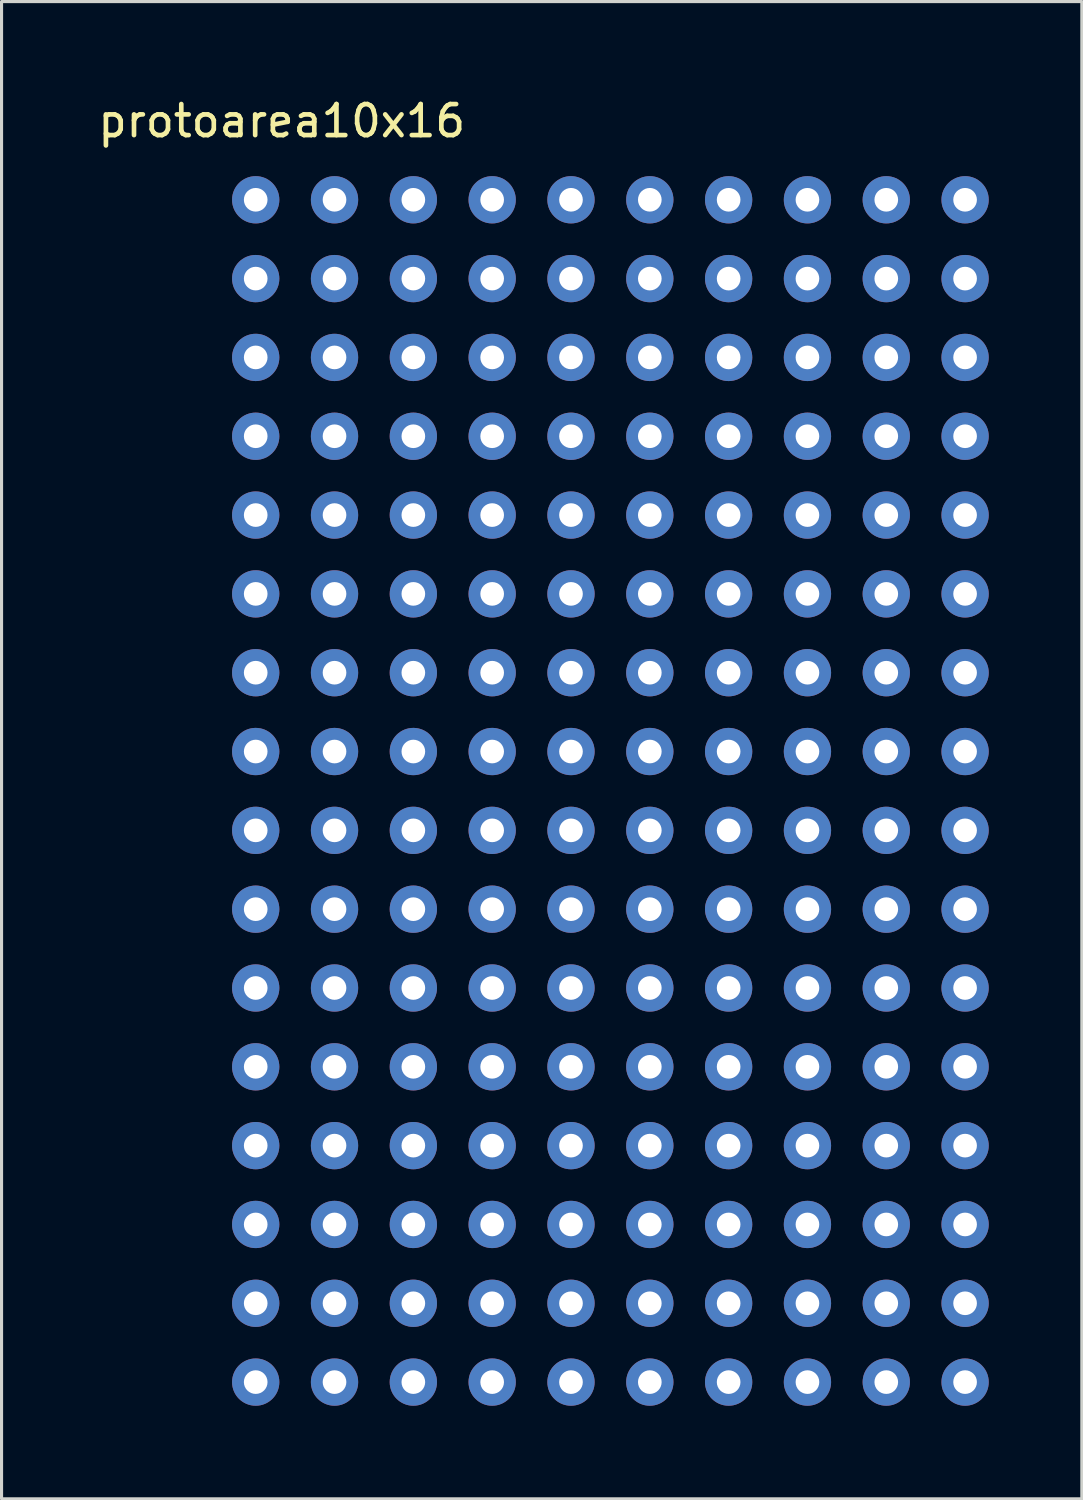
<source format=kicad_pcb>
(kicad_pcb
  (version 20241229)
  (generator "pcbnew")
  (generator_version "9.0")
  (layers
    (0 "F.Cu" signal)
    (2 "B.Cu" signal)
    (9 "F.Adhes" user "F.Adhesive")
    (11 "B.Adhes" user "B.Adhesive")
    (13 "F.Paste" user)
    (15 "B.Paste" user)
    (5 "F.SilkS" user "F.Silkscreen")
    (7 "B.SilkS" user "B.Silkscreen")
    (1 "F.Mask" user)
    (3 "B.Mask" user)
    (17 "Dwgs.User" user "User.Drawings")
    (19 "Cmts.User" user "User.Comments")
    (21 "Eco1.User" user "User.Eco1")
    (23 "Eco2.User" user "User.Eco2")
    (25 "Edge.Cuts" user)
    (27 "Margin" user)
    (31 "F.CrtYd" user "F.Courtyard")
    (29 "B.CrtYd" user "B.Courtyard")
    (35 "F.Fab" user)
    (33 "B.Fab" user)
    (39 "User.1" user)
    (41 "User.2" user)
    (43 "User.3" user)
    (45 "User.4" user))
  (footprint "protoarea10x16"
    (layer "F.Cu")
    (at 17.03 22.848)
    (property "Reference" "protoarea10x16" (at -11 -22 0) (layer "F.SilkS") (effects (font (size 1 1) (thickness 0.15))))
    (attr through_hole)
    (pad "1" thru_hole circle (at -11.84 -19.46) (size 1.524 1.524) (drill 0.762) (layers "*.Cu" "*.Mask"))
    (pad "1" thru_hole circle (at -11.84 -16.92) (size 1.524 1.524) (drill 0.762) (layers "*.Cu" "*.Mask"))
    (pad "1" thru_hole circle (at -11.84 -14.38) (size 1.524 1.524) (drill 0.762) (layers "*.Cu" "*.Mask"))
    (pad "1" thru_hole circle (at -11.84 -11.84) (size 1.524 1.524) (drill 0.762) (layers "*.Cu" "*.Mask"))
    (pad "1" thru_hole circle (at -11.84 -9.3) (size 1.524 1.524) (drill 0.762) (layers "*.Cu" "*.Mask"))
    (pad "1" thru_hole circle (at -11.84 -6.76) (size 1.524 1.524) (drill 0.762) (layers "*.Cu" "*.Mask"))
    (pad "1" thru_hole circle (at -11.84 -4.22) (size 1.524 1.524) (drill 0.762) (layers "*.Cu" "*.Mask"))
    (pad "1" thru_hole circle (at -11.84 -1.68) (size 1.524 1.524) (drill 0.762) (layers "*.Cu" "*.Mask"))
    (pad "1" thru_hole circle (at -11.84 0.86) (size 1.524 1.524) (drill 0.762) (layers "*.Cu" "*.Mask"))
    (pad "1" thru_hole circle (at -11.84 3.4) (size 1.524 1.524) (drill 0.762) (layers "*.Cu" "*.Mask"))
    (pad "1" thru_hole circle (at -11.84 5.94) (size 1.524 1.524) (drill 0.762) (layers "*.Cu" "*.Mask"))
    (pad "1" thru_hole circle (at -11.84 8.48) (size 1.524 1.524) (drill 0.762) (layers "*.Cu" "*.Mask"))
    (pad "1" thru_hole circle (at -11.84 11.02) (size 1.524 1.524) (drill 0.762) (layers "*.Cu" "*.Mask"))
    (pad "1" thru_hole circle (at -11.84 13.56) (size 1.524 1.524) (drill 0.762) (layers "*.Cu" "*.Mask"))
    (pad "1" thru_hole circle (at -11.84 16.1) (size 1.524 1.524) (drill 0.762) (layers "*.Cu" "*.Mask"))
    (pad "1" thru_hole circle (at -11.84 18.64) (size 1.524 1.524) (drill 0.762) (layers "*.Cu" "*.Mask"))
    (pad "1" thru_hole circle (at -9.3 -19.46) (size 1.524 1.524) (drill 0.762) (layers "*.Cu" "*.Mask"))
    (pad "1" thru_hole circle (at -9.3 -16.92) (size 1.524 1.524) (drill 0.762) (layers "*.Cu" "*.Mask"))
    (pad "1" thru_hole circle (at -9.3 -14.38) (size 1.524 1.524) (drill 0.762) (layers "*.Cu" "*.Mask"))
    (pad "1" thru_hole circle (at -9.3 -11.84) (size 1.524 1.524) (drill 0.762) (layers "*.Cu" "*.Mask"))
    (pad "1" thru_hole circle (at -9.3 -9.3) (size 1.524 1.524) (drill 0.762) (layers "*.Cu" "*.Mask"))
    (pad "1" thru_hole circle (at -9.3 -6.76) (size 1.524 1.524) (drill 0.762) (layers "*.Cu" "*.Mask"))
    (pad "1" thru_hole circle (at -9.3 -4.22) (size 1.524 1.524) (drill 0.762) (layers "*.Cu" "*.Mask"))
    (pad "1" thru_hole circle (at -9.3 -1.68) (size 1.524 1.524) (drill 0.762) (layers "*.Cu" "*.Mask"))
    (pad "1" thru_hole circle (at -9.3 0.86) (size 1.524 1.524) (drill 0.762) (layers "*.Cu" "*.Mask"))
    (pad "1" thru_hole circle (at -9.3 3.4) (size 1.524 1.524) (drill 0.762) (layers "*.Cu" "*.Mask"))
    (pad "1" thru_hole circle (at -9.3 5.94) (size 1.524 1.524) (drill 0.762) (layers "*.Cu" "*.Mask"))
    (pad "1" thru_hole circle (at -9.3 8.48) (size 1.524 1.524) (drill 0.762) (layers "*.Cu" "*.Mask"))
    (pad "1" thru_hole circle (at -9.3 11.02) (size 1.524 1.524) (drill 0.762) (layers "*.Cu" "*.Mask"))
    (pad "1" thru_hole circle (at -9.3 13.56) (size 1.524 1.524) (drill 0.762) (layers "*.Cu" "*.Mask"))
    (pad "1" thru_hole circle (at -9.3 16.1) (size 1.524 1.524) (drill 0.762) (layers "*.Cu" "*.Mask"))
    (pad "1" thru_hole circle (at -9.3 18.64) (size 1.524 1.524) (drill 0.762) (layers "*.Cu" "*.Mask"))
    (pad "1" thru_hole circle (at -6.76 -19.46) (size 1.524 1.524) (drill 0.762) (layers "*.Cu" "*.Mask"))
    (pad "1" thru_hole circle (at -6.76 -16.92) (size 1.524 1.524) (drill 0.762) (layers "*.Cu" "*.Mask"))
    (pad "1" thru_hole circle (at -6.76 -14.38) (size 1.524 1.524) (drill 0.762) (layers "*.Cu" "*.Mask"))
    (pad "1" thru_hole circle (at -6.76 -11.84) (size 1.524 1.524) (drill 0.762) (layers "*.Cu" "*.Mask"))
    (pad "1" thru_hole circle (at -6.76 -9.3) (size 1.524 1.524) (drill 0.762) (layers "*.Cu" "*.Mask"))
    (pad "1" thru_hole circle (at -6.76 -6.76) (size 1.524 1.524) (drill 0.762) (layers "*.Cu" "*.Mask"))
    (pad "1" thru_hole circle (at -6.76 -4.22) (size 1.524 1.524) (drill 0.762) (layers "*.Cu" "*.Mask"))
    (pad "1" thru_hole circle (at -6.76 -1.68) (size 1.524 1.524) (drill 0.762) (layers "*.Cu" "*.Mask"))
    (pad "1" thru_hole circle (at -6.76 0.86) (size 1.524 1.524) (drill 0.762) (layers "*.Cu" "*.Mask"))
    (pad "1" thru_hole circle (at -6.76 3.4) (size 1.524 1.524) (drill 0.762) (layers "*.Cu" "*.Mask"))
    (pad "1" thru_hole circle (at -6.76 5.94) (size 1.524 1.524) (drill 0.762) (layers "*.Cu" "*.Mask"))
    (pad "1" thru_hole circle (at -6.76 8.48) (size 1.524 1.524) (drill 0.762) (layers "*.Cu" "*.Mask"))
    (pad "1" thru_hole circle (at -6.76 11.02) (size 1.524 1.524) (drill 0.762) (layers "*.Cu" "*.Mask"))
    (pad "1" thru_hole circle (at -6.76 13.56) (size 1.524 1.524) (drill 0.762) (layers "*.Cu" "*.Mask"))
    (pad "1" thru_hole circle (at -6.76 16.1) (size 1.524 1.524) (drill 0.762) (layers "*.Cu" "*.Mask"))
    (pad "1" thru_hole circle (at -6.76 18.64) (size 1.524 1.524) (drill 0.762) (layers "*.Cu" "*.Mask"))
    (pad "1" thru_hole circle (at -4.22 -19.46) (size 1.524 1.524) (drill 0.762) (layers "*.Cu" "*.Mask"))
    (pad "1" thru_hole circle (at -4.22 -16.92) (size 1.524 1.524) (drill 0.762) (layers "*.Cu" "*.Mask"))
    (pad "1" thru_hole circle (at -4.22 -14.38) (size 1.524 1.524) (drill 0.762) (layers "*.Cu" "*.Mask"))
    (pad "1" thru_hole circle (at -4.22 -11.84) (size 1.524 1.524) (drill 0.762) (layers "*.Cu" "*.Mask"))
    (pad "1" thru_hole circle (at -4.22 -9.3) (size 1.524 1.524) (drill 0.762) (layers "*.Cu" "*.Mask"))
    (pad "1" thru_hole circle (at -4.22 -6.76) (size 1.524 1.524) (drill 0.762) (layers "*.Cu" "*.Mask"))
    (pad "1" thru_hole circle (at -4.22 -4.22) (size 1.524 1.524) (drill 0.762) (layers "*.Cu" "*.Mask"))
    (pad "1" thru_hole circle (at -4.22 -1.68) (size 1.524 1.524) (drill 0.762) (layers "*.Cu" "*.Mask"))
    (pad "1" thru_hole circle (at -4.22 0.86) (size 1.524 1.524) (drill 0.762) (layers "*.Cu" "*.Mask"))
    (pad "1" thru_hole circle (at -4.22 3.4) (size 1.524 1.524) (drill 0.762) (layers "*.Cu" "*.Mask"))
    (pad "1" thru_hole circle (at -4.22 5.94) (size 1.524 1.524) (drill 0.762) (layers "*.Cu" "*.Mask"))
    (pad "1" thru_hole circle (at -4.22 8.48) (size 1.524 1.524) (drill 0.762) (layers "*.Cu" "*.Mask"))
    (pad "1" thru_hole circle (at -4.22 11.02) (size 1.524 1.524) (drill 0.762) (layers "*.Cu" "*.Mask"))
    (pad "1" thru_hole circle (at -4.22 13.56) (size 1.524 1.524) (drill 0.762) (layers "*.Cu" "*.Mask"))
    (pad "1" thru_hole circle (at -4.22 16.1) (size 1.524 1.524) (drill 0.762) (layers "*.Cu" "*.Mask"))
    (pad "1" thru_hole circle (at -4.22 18.64) (size 1.524 1.524) (drill 0.762) (layers "*.Cu" "*.Mask"))
    (pad "1" thru_hole circle (at -1.68 -19.46) (size 1.524 1.524) (drill 0.762) (layers "*.Cu" "*.Mask"))
    (pad "1" thru_hole circle (at -1.68 -16.92) (size 1.524 1.524) (drill 0.762) (layers "*.Cu" "*.Mask"))
    (pad "1" thru_hole circle (at -1.68 -14.38) (size 1.524 1.524) (drill 0.762) (layers "*.Cu" "*.Mask"))
    (pad "1" thru_hole circle (at -1.68 -11.84) (size 1.524 1.524) (drill 0.762) (layers "*.Cu" "*.Mask"))
    (pad "1" thru_hole circle (at -1.68 -9.3) (size 1.524 1.524) (drill 0.762) (layers "*.Cu" "*.Mask"))
    (pad "1" thru_hole circle (at -1.68 -6.76) (size 1.524 1.524) (drill 0.762) (layers "*.Cu" "*.Mask"))
    (pad "1" thru_hole circle (at -1.68 -4.22) (size 1.524 1.524) (drill 0.762) (layers "*.Cu" "*.Mask"))
    (pad "1" thru_hole circle (at -1.68 -1.68) (size 1.524 1.524) (drill 0.762) (layers "*.Cu" "*.Mask"))
    (pad "1" thru_hole circle (at -1.68 0.86) (size 1.524 1.524) (drill 0.762) (layers "*.Cu" "*.Mask"))
    (pad "1" thru_hole circle (at -1.68 3.4) (size 1.524 1.524) (drill 0.762) (layers "*.Cu" "*.Mask"))
    (pad "1" thru_hole circle (at -1.68 5.94) (size 1.524 1.524) (drill 0.762) (layers "*.Cu" "*.Mask"))
    (pad "1" thru_hole circle (at -1.68 8.48) (size 1.524 1.524) (drill 0.762) (layers "*.Cu" "*.Mask"))
    (pad "1" thru_hole circle (at -1.68 11.02) (size 1.524 1.524) (drill 0.762) (layers "*.Cu" "*.Mask"))
    (pad "1" thru_hole circle (at -1.68 13.56) (size 1.524 1.524) (drill 0.762) (layers "*.Cu" "*.Mask"))
    (pad "1" thru_hole circle (at -1.68 16.1) (size 1.524 1.524) (drill 0.762) (layers "*.Cu" "*.Mask"))
    (pad "1" thru_hole circle (at -1.68 18.64) (size 1.524 1.524) (drill 0.762) (layers "*.Cu" "*.Mask"))
    (pad "1" thru_hole circle (at 0.86 -19.46) (size 1.524 1.524) (drill 0.762) (layers "*.Cu" "*.Mask"))
    (pad "1" thru_hole circle (at 0.86 -16.92) (size 1.524 1.524) (drill 0.762) (layers "*.Cu" "*.Mask"))
    (pad "1" thru_hole circle (at 0.86 -14.38) (size 1.524 1.524) (drill 0.762) (layers "*.Cu" "*.Mask"))
    (pad "1" thru_hole circle (at 0.86 -11.84) (size 1.524 1.524) (drill 0.762) (layers "*.Cu" "*.Mask"))
    (pad "1" thru_hole circle (at 0.86 -9.3) (size 1.524 1.524) (drill 0.762) (layers "*.Cu" "*.Mask"))
    (pad "1" thru_hole circle (at 0.86 -6.76) (size 1.524 1.524) (drill 0.762) (layers "*.Cu" "*.Mask"))
    (pad "1" thru_hole circle (at 0.86 -4.22) (size 1.524 1.524) (drill 0.762) (layers "*.Cu" "*.Mask"))
    (pad "1" thru_hole circle (at 0.86 -1.68) (size 1.524 1.524) (drill 0.762) (layers "*.Cu" "*.Mask"))
    (pad "1" thru_hole circle (at 0.86 0.86) (size 1.524 1.524) (drill 0.762) (layers "*.Cu" "*.Mask"))
    (pad "1" thru_hole circle (at 0.86 3.4) (size 1.524 1.524) (drill 0.762) (layers "*.Cu" "*.Mask"))
    (pad "1" thru_hole circle (at 0.86 5.94) (size 1.524 1.524) (drill 0.762) (layers "*.Cu" "*.Mask"))
    (pad "1" thru_hole circle (at 0.86 8.48) (size 1.524 1.524) (drill 0.762) (layers "*.Cu" "*.Mask"))
    (pad "1" thru_hole circle (at 0.86 11.02) (size 1.524 1.524) (drill 0.762) (layers "*.Cu" "*.Mask"))
    (pad "1" thru_hole circle (at 0.86 13.56) (size 1.524 1.524) (drill 0.762) (layers "*.Cu" "*.Mask"))
    (pad "1" thru_hole circle (at 0.86 16.1) (size 1.524 1.524) (drill 0.762) (layers "*.Cu" "*.Mask"))
    (pad "1" thru_hole circle (at 0.86 18.64) (size 1.524 1.524) (drill 0.762) (layers "*.Cu" "*.Mask"))
    (pad "1" thru_hole circle (at 3.4 -19.46) (size 1.524 1.524) (drill 0.762) (layers "*.Cu" "*.Mask"))
    (pad "1" thru_hole circle (at 3.4 -16.92) (size 1.524 1.524) (drill 0.762) (layers "*.Cu" "*.Mask"))
    (pad "1" thru_hole circle (at 3.4 -14.38) (size 1.524 1.524) (drill 0.762) (layers "*.Cu" "*.Mask"))
    (pad "1" thru_hole circle (at 3.4 -11.84) (size 1.524 1.524) (drill 0.762) (layers "*.Cu" "*.Mask"))
    (pad "1" thru_hole circle (at 3.4 -9.3) (size 1.524 1.524) (drill 0.762) (layers "*.Cu" "*.Mask"))
    (pad "1" thru_hole circle (at 3.4 -6.76) (size 1.524 1.524) (drill 0.762) (layers "*.Cu" "*.Mask"))
    (pad "1" thru_hole circle (at 3.4 -4.22) (size 1.524 1.524) (drill 0.762) (layers "*.Cu" "*.Mask"))
    (pad "1" thru_hole circle (at 3.4 -1.68) (size 1.524 1.524) (drill 0.762) (layers "*.Cu" "*.Mask"))
    (pad "1" thru_hole circle (at 3.4 0.86) (size 1.524 1.524) (drill 0.762) (layers "*.Cu" "*.Mask"))
    (pad "1" thru_hole circle (at 3.4 3.4) (size 1.524 1.524) (drill 0.762) (layers "*.Cu" "*.Mask"))
    (pad "1" thru_hole circle (at 3.4 5.94) (size 1.524 1.524) (drill 0.762) (layers "*.Cu" "*.Mask"))
    (pad "1" thru_hole circle (at 3.4 8.48) (size 1.524 1.524) (drill 0.762) (layers "*.Cu" "*.Mask"))
    (pad "1" thru_hole circle (at 3.4 11.02) (size 1.524 1.524) (drill 0.762) (layers "*.Cu" "*.Mask"))
    (pad "1" thru_hole circle (at 3.4 13.56) (size 1.524 1.524) (drill 0.762) (layers "*.Cu" "*.Mask"))
    (pad "1" thru_hole circle (at 3.4 16.1) (size 1.524 1.524) (drill 0.762) (layers "*.Cu" "*.Mask"))
    (pad "1" thru_hole circle (at 3.4 18.64) (size 1.524 1.524) (drill 0.762) (layers "*.Cu" "*.Mask"))
    (pad "1" thru_hole circle (at 5.94 -19.46) (size 1.524 1.524) (drill 0.762) (layers "*.Cu" "*.Mask"))
    (pad "1" thru_hole circle (at 5.94 -16.92) (size 1.524 1.524) (drill 0.762) (layers "*.Cu" "*.Mask"))
    (pad "1" thru_hole circle (at 5.94 -14.38) (size 1.524 1.524) (drill 0.762) (layers "*.Cu" "*.Mask"))
    (pad "1" thru_hole circle (at 5.94 -11.84) (size 1.524 1.524) (drill 0.762) (layers "*.Cu" "*.Mask"))
    (pad "1" thru_hole circle (at 5.94 -9.3) (size 1.524 1.524) (drill 0.762) (layers "*.Cu" "*.Mask"))
    (pad "1" thru_hole circle (at 5.94 -6.76) (size 1.524 1.524) (drill 0.762) (layers "*.Cu" "*.Mask"))
    (pad "1" thru_hole circle (at 5.94 -4.22) (size 1.524 1.524) (drill 0.762) (layers "*.Cu" "*.Mask"))
    (pad "1" thru_hole circle (at 5.94 -1.68) (size 1.524 1.524) (drill 0.762) (layers "*.Cu" "*.Mask"))
    (pad "1" thru_hole circle (at 5.94 0.86) (size 1.524 1.524) (drill 0.762) (layers "*.Cu" "*.Mask"))
    (pad "1" thru_hole circle (at 5.94 3.4) (size 1.524 1.524) (drill 0.762) (layers "*.Cu" "*.Mask"))
    (pad "1" thru_hole circle (at 5.94 5.94) (size 1.524 1.524) (drill 0.762) (layers "*.Cu" "*.Mask"))
    (pad "1" thru_hole circle (at 5.94 8.48) (size 1.524 1.524) (drill 0.762) (layers "*.Cu" "*.Mask"))
    (pad "1" thru_hole circle (at 5.94 11.02) (size 1.524 1.524) (drill 0.762) (layers "*.Cu" "*.Mask"))
    (pad "1" thru_hole circle (at 5.94 13.56) (size 1.524 1.524) (drill 0.762) (layers "*.Cu" "*.Mask"))
    (pad "1" thru_hole circle (at 5.94 16.1) (size 1.524 1.524) (drill 0.762) (layers "*.Cu" "*.Mask"))
    (pad "1" thru_hole circle (at 5.94 18.64) (size 1.524 1.524) (drill 0.762) (layers "*.Cu" "*.Mask"))
    (pad "1" thru_hole circle (at 8.48 -19.46) (size 1.524 1.524) (drill 0.762) (layers "*.Cu" "*.Mask"))
    (pad "1" thru_hole circle (at 8.48 -16.92) (size 1.524 1.524) (drill 0.762) (layers "*.Cu" "*.Mask"))
    (pad "1" thru_hole circle (at 8.48 -14.38) (size 1.524 1.524) (drill 0.762) (layers "*.Cu" "*.Mask"))
    (pad "1" thru_hole circle (at 8.48 -11.84) (size 1.524 1.524) (drill 0.762) (layers "*.Cu" "*.Mask"))
    (pad "1" thru_hole circle (at 8.48 -9.3) (size 1.524 1.524) (drill 0.762) (layers "*.Cu" "*.Mask"))
    (pad "1" thru_hole circle (at 8.48 -6.76) (size 1.524 1.524) (drill 0.762) (layers "*.Cu" "*.Mask"))
    (pad "1" thru_hole circle (at 8.48 -4.22) (size 1.524 1.524) (drill 0.762) (layers "*.Cu" "*.Mask"))
    (pad "1" thru_hole circle (at 8.48 -1.68) (size 1.524 1.524) (drill 0.762) (layers "*.Cu" "*.Mask"))
    (pad "1" thru_hole circle (at 8.48 0.86) (size 1.524 1.524) (drill 0.762) (layers "*.Cu" "*.Mask"))
    (pad "1" thru_hole circle (at 8.48 3.4) (size 1.524 1.524) (drill 0.762) (layers "*.Cu" "*.Mask"))
    (pad "1" thru_hole circle (at 8.48 5.94) (size 1.524 1.524) (drill 0.762) (layers "*.Cu" "*.Mask"))
    (pad "1" thru_hole circle (at 8.48 8.48) (size 1.524 1.524) (drill 0.762) (layers "*.Cu" "*.Mask"))
    (pad "1" thru_hole circle (at 8.48 11.02) (size 1.524 1.524) (drill 0.762) (layers "*.Cu" "*.Mask"))
    (pad "1" thru_hole circle (at 8.48 13.56) (size 1.524 1.524) (drill 0.762) (layers "*.Cu" "*.Mask"))
    (pad "1" thru_hole circle (at 8.48 16.1) (size 1.524 1.524) (drill 0.762) (layers "*.Cu" "*.Mask"))
    (pad "1" thru_hole circle (at 8.48 18.64) (size 1.524 1.524) (drill 0.762) (layers "*.Cu" "*.Mask"))
    (pad "1" thru_hole circle (at 11.02 -19.46) (size 1.524 1.524) (drill 0.762) (layers "*.Cu" "*.Mask"))
    (pad "1" thru_hole circle (at 11.02 -16.92) (size 1.524 1.524) (drill 0.762) (layers "*.Cu" "*.Mask"))
    (pad "1" thru_hole circle (at 11.02 -14.38) (size 1.524 1.524) (drill 0.762) (layers "*.Cu" "*.Mask"))
    (pad "1" thru_hole circle (at 11.02 -11.84) (size 1.524 1.524) (drill 0.762) (layers "*.Cu" "*.Mask"))
    (pad "1" thru_hole circle (at 11.02 -9.3) (size 1.524 1.524) (drill 0.762) (layers "*.Cu" "*.Mask"))
    (pad "1" thru_hole circle (at 11.02 -6.76) (size 1.524 1.524) (drill 0.762) (layers "*.Cu" "*.Mask"))
    (pad "1" thru_hole circle (at 11.02 -4.22) (size 1.524 1.524) (drill 0.762) (layers "*.Cu" "*.Mask"))
    (pad "1" thru_hole circle (at 11.02 -1.68) (size 1.524 1.524) (drill 0.762) (layers "*.Cu" "*.Mask"))
    (pad "1" thru_hole circle (at 11.02 0.86) (size 1.524 1.524) (drill 0.762) (layers "*.Cu" "*.Mask"))
    (pad "1" thru_hole circle (at 11.02 3.4) (size 1.524 1.524) (drill 0.762) (layers "*.Cu" "*.Mask"))
    (pad "1" thru_hole circle (at 11.02 5.94) (size 1.524 1.524) (drill 0.762) (layers "*.Cu" "*.Mask"))
    (pad "1" thru_hole circle (at 11.02 8.48) (size 1.524 1.524) (drill 0.762) (layers "*.Cu" "*.Mask"))
    (pad "1" thru_hole circle (at 11.02 11.02) (size 1.524 1.524) (drill 0.762) (layers "*.Cu" "*.Mask"))
    (pad "1" thru_hole circle (at 11.02 13.56) (size 1.524 1.524) (drill 0.762) (layers "*.Cu" "*.Mask"))
    (pad "1" thru_hole circle (at 11.02 16.1) (size 1.524 1.524) (drill 0.762) (layers "*.Cu" "*.Mask"))
    (pad "1" thru_hole circle (at 11.02 18.64) (size 1.524 1.524) (drill 0.762) (layers "*.Cu" "*.Mask")))
  (gr_rect
    (start -3 -3)
    (end 31.812 45.25)
    (stroke (width 0.1) (type default))
    (fill no)
    (layer "Edge.Cuts")))
</source>
